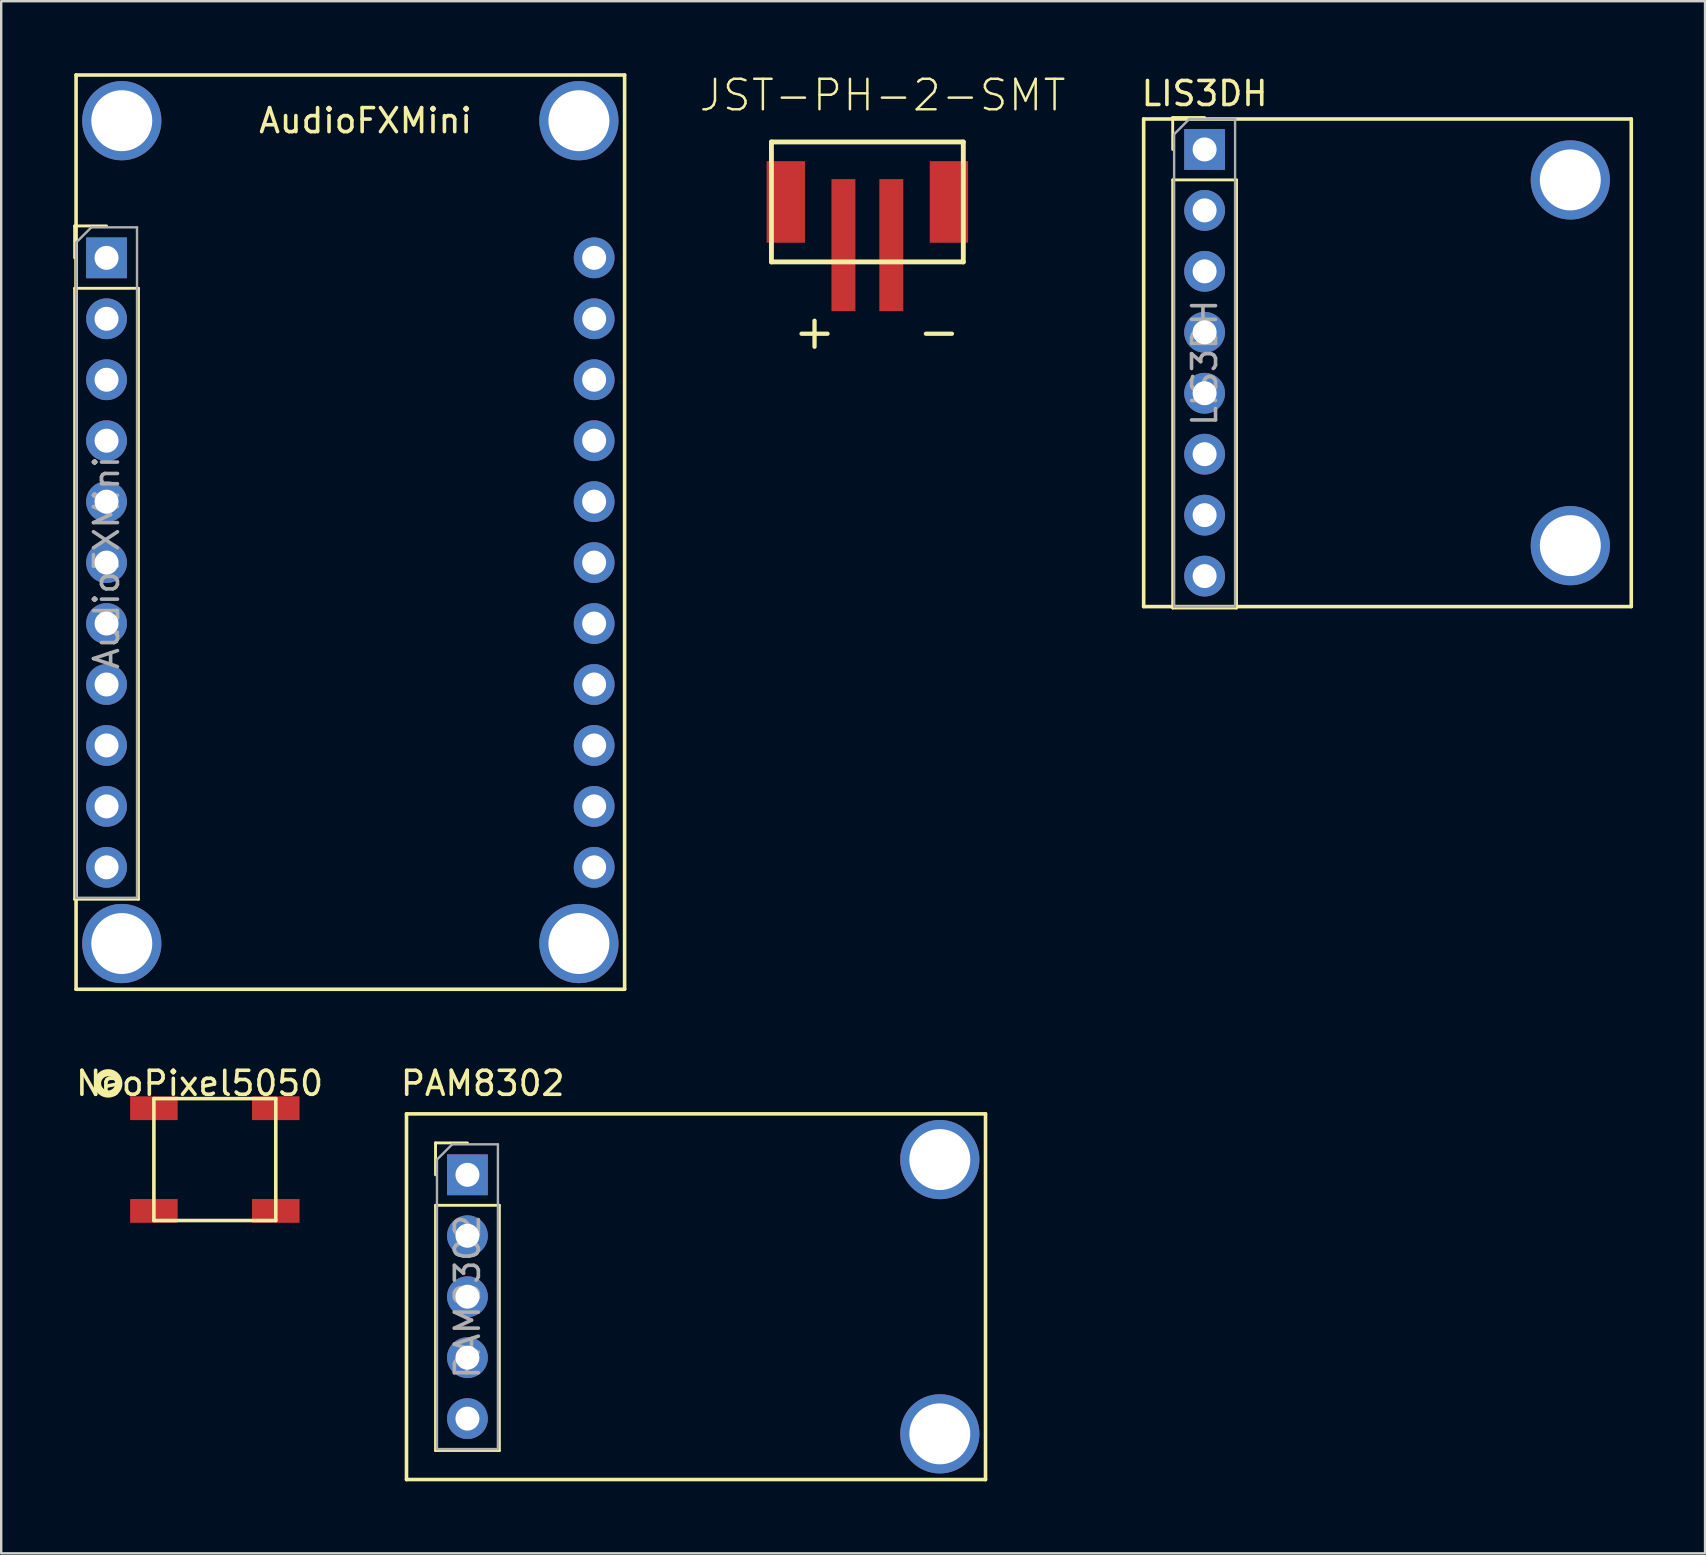
<source format=kicad_pcb>
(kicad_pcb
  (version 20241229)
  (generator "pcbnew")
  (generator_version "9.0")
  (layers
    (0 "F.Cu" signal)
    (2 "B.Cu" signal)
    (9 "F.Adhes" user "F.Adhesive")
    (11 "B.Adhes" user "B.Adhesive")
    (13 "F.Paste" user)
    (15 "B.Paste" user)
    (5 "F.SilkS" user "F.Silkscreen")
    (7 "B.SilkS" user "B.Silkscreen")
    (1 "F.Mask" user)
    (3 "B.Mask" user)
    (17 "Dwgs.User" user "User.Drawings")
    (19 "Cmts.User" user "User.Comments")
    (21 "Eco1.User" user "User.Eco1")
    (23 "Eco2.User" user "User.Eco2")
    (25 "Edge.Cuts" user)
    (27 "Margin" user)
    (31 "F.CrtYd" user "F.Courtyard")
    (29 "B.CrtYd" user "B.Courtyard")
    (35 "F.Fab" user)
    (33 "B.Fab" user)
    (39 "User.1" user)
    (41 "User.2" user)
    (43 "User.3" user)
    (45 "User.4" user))
  (footprint "LIS3DH"
    (layer "F.Cu")
    (at 47.15 3.178)
    (property "Reference" "LIS3DH" (at 0 -2.33 0) (layer "F.SilkS") (effects (font (size 1 1) (thickness 0.15))))
    (attr through_hole)
    (fp_line (start -2.54 -1.27) (end -2.54 19.05) (stroke (width 0.15) (type solid)) (layer "F.SilkS"))
    (fp_line (start -2.54 19.05) (end 17.78 19.05) (stroke (width 0.15) (type solid)) (layer "F.SilkS"))
    (fp_line (start -1.33 -1.33) (end 0 -1.33) (stroke (width 0.12) (type solid)) (layer "F.SilkS"))
    (fp_line (start -1.33 0) (end -1.33 -1.33) (stroke (width 0.12) (type solid)) (layer "F.SilkS"))
    (fp_line (start -1.33 1.27) (end -1.33 19.11) (stroke (width 0.12) (type solid)) (layer "F.SilkS"))
    (fp_line (start -1.33 1.27) (end 1.33 1.27) (stroke (width 0.12) (type solid)) (layer "F.SilkS"))
    (fp_line (start -1.33 19.11) (end 1.33 19.11) (stroke (width 0.12) (type solid)) (layer "F.SilkS"))
    (fp_line (start 1.33 1.27) (end 1.33 19.11) (stroke (width 0.12) (type solid)) (layer "F.SilkS"))
    (fp_line (start 17.78 -1.27) (end -2.54 -1.27) (stroke (width 0.15) (type solid)) (layer "F.SilkS"))
    (fp_line (start 17.78 19.05) (end 17.78 -1.27) (stroke (width 0.15) (type solid)) (layer "F.SilkS"))
    (fp_line (start -1.27 -0.635) (end -0.635 -1.27) (stroke (width 0.1) (type solid)) (layer "F.Fab"))
    (fp_line (start -1.27 19.05) (end -1.27 -0.635) (stroke (width 0.1) (type solid)) (layer "F.Fab"))
    (fp_line (start -0.635 -1.27) (end 1.27 -1.27) (stroke (width 0.1) (type solid)) (layer "F.Fab"))
    (fp_line (start 1.27 -1.27) (end 1.27 19.05) (stroke (width 0.1) (type solid)) (layer "F.Fab"))
    (fp_line (start 1.27 19.05) (end -1.27 19.05) (stroke (width 0.1) (type solid)) (layer "F.Fab"))
    (fp_text user "${REFERENCE}" (at 0 8.89 90) (layer "F.Fab") (effects (font (size 1 1) (thickness 0.15))))
    (pad "" thru_hole circle (at 15.24 1.27) (size 3.302 3.302) (drill 2.54) (layers "*.Cu" "*.Mask"))
    (pad "" thru_hole circle (at 15.24 16.51) (size 3.302 3.302) (drill 2.54) (layers "*.Cu" "*.Mask"))
    (pad "1" thru_hole rect (at 0 0) (size 1.7 1.7) (drill 1) (layers "*.Cu" "*.Mask"))
    (pad "2" thru_hole oval (at 0 2.54) (size 1.7 1.7) (drill 1) (layers "*.Cu" "*.Mask"))
    (pad "3" thru_hole oval (at 0 5.08) (size 1.7 1.7) (drill 1) (layers "*.Cu" "*.Mask"))
    (pad "4" thru_hole oval (at 0 7.62) (size 1.7 1.7) (drill 1) (layers "*.Cu" "*.Mask"))
    (pad "5" thru_hole oval (at 0 10.16) (size 1.7 1.7) (drill 1) (layers "*.Cu" "*.Mask"))
    (pad "6" thru_hole oval (at 0 12.7) (size 1.7 1.7) (drill 1) (layers "*.Cu" "*.Mask"))
    (pad "7" thru_hole oval (at 0 15.24) (size 1.7 1.7) (drill 1) (layers "*.Cu" "*.Mask"))
    (pad "8" thru_hole oval (at 0 17.78) (size 1.7 1.7) (drill 1) (layers "*.Cu" "*.Mask")))
  (footprint "JST-PH-2-SMT"
    (layer "F.Cu")
    (at 33.096 5.366)
    (property "Reference" "JST-PH-2-SMT" (at 0.635 -4.445 0) (layer "F.SilkS") (effects (font (size 1.27 1.27) (thickness 0.102))))
    (attr smd)
    (fp_line (start -3.998 -2.499) (end 3.998 -2.499) (stroke (width 0.203) (type solid)) (layer "F.SilkS"))
    (fp_line (start -3.998 2.499) (end -3.998 -2.499) (stroke (width 0.203) (type solid)) (layer "F.SilkS"))
    (fp_line (start -3.998 2.499) (end -3.998 0.498) (stroke (width 0.127) (type solid)) (layer "F.SilkS"))
    (fp_line (start -2.248 -2.499) (end 2.248 -2.499) (stroke (width 0.127) (type solid)) (layer "F.SilkS"))
    (fp_line (start -1.748 2.499) (end -3.998 2.499) (stroke (width 0.127) (type solid)) (layer "F.SilkS"))
    (fp_line (start 3.998 -2.499) (end 3.998 2.499) (stroke (width 0.203) (type solid)) (layer "F.SilkS"))
    (fp_line (start 3.998 0.498) (end 3.998 2.499) (stroke (width 0.127) (type solid)) (layer "F.SilkS"))
    (fp_line (start 3.998 2.499) (end -3.998 2.499) (stroke (width 0.203) (type solid)) (layer "F.SilkS"))
    (fp_line (start 3.998 2.499) (end 1.748 2.499) (stroke (width 0.127) (type solid)) (layer "F.SilkS"))
    (fp_text user "-" (at 2.982 5.385 0) (layer "F.SilkS") (effects (font (size 1.422 1.422) (thickness 0.178))))
    (fp_text user "+" (at -2.202 5.385 0) (layer "F.SilkS") (effects (font (size 1.422 1.422) (thickness 0.178))))
    (pad "1" smd rect (at -0.998 1.798) (size 0.998 5.499) (layers "F.Cu" "F.Mask" "F.Paste"))
    (pad "2" smd rect (at 0.998 1.798) (size 0.998 5.499) (layers "F.Cu" "F.Mask" "F.Paste"))
    (pad "NC1" smd rect (at -3.399 0 90) (size 3.399 1.598) (layers "F.Cu" "F.Mask" "F.Paste"))
    (pad "NC2" smd rect (at 3.399 0 90) (size 3.399 1.598) (layers "F.Cu" "F.Mask" "F.Paste")))
  (footprint "PAM8302"
    (layer "F.Cu")
    (at 16.43 45.908)
    (property "Reference" "PAM8302" (at 0.635 -3.81 0) (layer "F.SilkS") (effects (font (size 1 1) (thickness 0.15))))
    (attr through_hole)
    (fp_line (start -2.54 -2.54) (end -2.54 12.7) (stroke (width 0.15) (type solid)) (layer "F.SilkS"))
    (fp_line (start -2.54 -2.54) (end 21.59 -2.54) (stroke (width 0.15) (type solid)) (layer "F.SilkS"))
    (fp_line (start -1.33 -1.33) (end 0 -1.33) (stroke (width 0.12) (type solid)) (layer "F.SilkS"))
    (fp_line (start -1.33 0) (end -1.33 -1.33) (stroke (width 0.12) (type solid)) (layer "F.SilkS"))
    (fp_line (start -1.33 1.27) (end -1.33 11.49) (stroke (width 0.12) (type solid)) (layer "F.SilkS"))
    (fp_line (start -1.33 1.27) (end 1.33 1.27) (stroke (width 0.12) (type solid)) (layer "F.SilkS"))
    (fp_line (start -1.33 11.49) (end 1.33 11.49) (stroke (width 0.12) (type solid)) (layer "F.SilkS"))
    (fp_line (start 1.33 1.27) (end 1.33 11.49) (stroke (width 0.12) (type solid)) (layer "F.SilkS"))
    (fp_line (start 21.59 -2.54) (end 21.59 12.7) (stroke (width 0.15) (type solid)) (layer "F.SilkS"))
    (fp_line (start 21.59 12.7) (end -2.54 12.7) (stroke (width 0.15) (type solid)) (layer "F.SilkS"))
    (fp_line (start -1.27 -0.635) (end -0.635 -1.27) (stroke (width 0.1) (type solid)) (layer "F.Fab"))
    (fp_line (start -1.27 11.43) (end -1.27 -0.635) (stroke (width 0.1) (type solid)) (layer "F.Fab"))
    (fp_line (start -0.635 -1.27) (end 1.27 -1.27) (stroke (width 0.1) (type solid)) (layer "F.Fab"))
    (fp_line (start 1.27 -1.27) (end 1.27 11.43) (stroke (width 0.1) (type solid)) (layer "F.Fab"))
    (fp_line (start 1.27 11.43) (end -1.27 11.43) (stroke (width 0.1) (type solid)) (layer "F.Fab"))
    (fp_text user "${REFERENCE}" (at 0 5.08 90) (layer "F.Fab") (effects (font (size 1 1) (thickness 0.15))))
    (pad "" thru_hole circle (at 19.685 -0.635) (size 3.302 3.302) (drill 2.54) (layers "*.Cu" "*.Mask"))
    (pad "" thru_hole circle (at 19.685 10.795) (size 3.302 3.302) (drill 2.54) (layers "*.Cu" "*.Mask"))
    (pad "1" thru_hole rect (at 0 0) (size 1.7 1.7) (drill 1) (layers "*.Cu" "*.Mask"))
    (pad "2" thru_hole oval (at 0 2.54) (size 1.7 1.7) (drill 1) (layers "*.Cu" "*.Mask"))
    (pad "3" thru_hole oval (at 0 5.08) (size 1.7 1.7) (drill 1) (layers "*.Cu" "*.Mask"))
    (pad "4" thru_hole oval (at 0 7.62) (size 1.7 1.7) (drill 1) (layers "*.Cu" "*.Mask"))
    (pad "5" thru_hole oval (at 0 10.16) (size 1.7 1.7) (drill 1) (layers "*.Cu" "*.Mask")))
  (footprint "NeoPixel5050"
    (layer "F.Cu")
    (at 5.903 45.273)
    (property "Reference" "NeoPixel5050" (at -0.635 -3.175 0) (layer "F.SilkS") (effects (font (size 1 1) (thickness 0.15))))
    (attr through_hole)
    (fp_line (start -2.54 -2.54) (end -2.54 2.54) (stroke (width 0.15) (type solid)) (layer "F.SilkS"))
    (fp_line (start -2.54 2.54) (end 2.54 2.54) (stroke (width 0.15) (type solid)) (layer "F.SilkS"))
    (fp_line (start 2.54 -2.54) (end -2.54 -2.54) (stroke (width 0.15) (type solid)) (layer "F.SilkS"))
    (fp_line (start 2.54 2.54) (end 2.54 -2.54) (stroke (width 0.15) (type solid)) (layer "F.SilkS"))
    (fp_circle (center -4.445 -3.175) (end -4 -3.175) (stroke (width 0.3) (type solid)) (fill no) (layer "F.SilkS"))
    (pad "1" smd rect (at -2.54 -2.14) (size 1.981 0.991) (layers "F.Cu" "F.Mask" "F.Paste"))
    (pad "2" smd rect (at -2.54 2.14) (size 1.981 0.991) (layers "F.Cu" "F.Mask" "F.Paste"))
    (pad "3" smd rect (at 2.54 2.14) (size 1.981 0.991) (layers "F.Cu" "F.Mask" "F.Paste"))
    (pad "4" smd rect (at 2.54 -2.14) (size 1.981 0.991) (layers "F.Cu" "F.Mask" "F.Paste")))
  (footprint "AudioFXMini"
    (layer "F.Cu")
    (at 1.39 7.695)
    (property "Reference" "AudioFXMini" (at 10.795 -5.715 0) (layer "F.SilkS") (effects (font (size 1 1) (thickness 0.15))))
    (attr through_hole)
    (fp_line (start -1.33 -1.33) (end 0 -1.33) (stroke (width 0.12) (type solid)) (layer "F.SilkS"))
    (fp_line (start -1.33 0) (end -1.33 -1.33) (stroke (width 0.12) (type solid)) (layer "F.SilkS"))
    (fp_line (start -1.33 1.27) (end -1.33 26.73) (stroke (width 0.12) (type solid)) (layer "F.SilkS"))
    (fp_line (start -1.33 1.27) (end 1.33 1.27) (stroke (width 0.12) (type solid)) (layer "F.SilkS"))
    (fp_line (start -1.33 26.73) (end 1.33 26.73) (stroke (width 0.12) (type solid)) (layer "F.SilkS"))
    (fp_line (start -1.27 -7.62) (end -1.27 30.48) (stroke (width 0.15) (type solid)) (layer "F.SilkS"))
    (fp_line (start -1.27 -7.62) (end 21.59 -7.62) (stroke (width 0.15) (type solid)) (layer "F.SilkS"))
    (fp_line (start -1.27 30.48) (end 21.59 30.48) (stroke (width 0.15) (type solid)) (layer "F.SilkS"))
    (fp_line (start 1.33 1.27) (end 1.33 26.73) (stroke (width 0.12) (type solid)) (layer "F.SilkS"))
    (fp_line (start 21.59 -7.62) (end 21.59 30.48) (stroke (width 0.15) (type solid)) (layer "F.SilkS"))
    (fp_line (start -1.27 -0.635) (end -0.635 -1.27) (stroke (width 0.1) (type solid)) (layer "F.Fab"))
    (fp_line (start -1.27 26.67) (end -1.27 -0.635) (stroke (width 0.1) (type solid)) (layer "F.Fab"))
    (fp_line (start -0.635 -1.27) (end 1.27 -1.27) (stroke (width 0.1) (type solid)) (layer "F.Fab"))
    (fp_line (start 1.27 -1.27) (end 1.27 26.67) (stroke (width 0.1) (type solid)) (layer "F.Fab"))
    (fp_line (start 1.27 26.67) (end -1.27 26.67) (stroke (width 0.1) (type solid)) (layer "F.Fab"))
    (fp_text user "${REFERENCE}" (at 0 12.7 90) (layer "F.Fab") (effects (font (size 1 1) (thickness 0.15))))
    (pad "" thru_hole oval (at 0.635 -5.715) (size 3.302 3.302) (drill 2.54) (layers "*.Cu" "*.Mask"))
    (pad "" thru_hole oval (at 0.635 28.575) (size 3.302 3.302) (drill 2.54) (layers "*.Cu" "*.Mask"))
    (pad "" thru_hole oval (at 19.685 -5.715) (size 3.302 3.302) (drill 2.54) (layers "*.Cu" "*.Mask"))
    (pad "" thru_hole oval (at 19.685 28.575) (size 3.302 3.302) (drill 2.54) (layers "*.Cu" "*.Mask"))
    (pad "1" thru_hole rect (at 0 0) (size 1.7 1.7) (drill 1) (layers "*.Cu" "*.Mask"))
    (pad "2" thru_hole oval (at 0 2.54) (size 1.7 1.7) (drill 1) (layers "*.Cu" "*.Mask"))
    (pad "3" thru_hole oval (at 0 5.08) (size 1.7 1.7) (drill 1) (layers "*.Cu" "*.Mask"))
    (pad "4" thru_hole oval (at 0 7.62) (size 1.7 1.7) (drill 1) (layers "*.Cu" "*.Mask"))
    (pad "5" thru_hole oval (at 0 10.16) (size 1.7 1.7) (drill 1) (layers "*.Cu" "*.Mask"))
    (pad "6" thru_hole oval (at 0 12.7) (size 1.7 1.7) (drill 1) (layers "*.Cu" "*.Mask"))
    (pad "7" thru_hole oval (at 0 15.24) (size 1.7 1.7) (drill 1) (layers "*.Cu" "*.Mask"))
    (pad "8" thru_hole oval (at 0 17.78) (size 1.7 1.7) (drill 1) (layers "*.Cu" "*.Mask"))
    (pad "9" thru_hole oval (at 0 20.32) (size 1.7 1.7) (drill 1) (layers "*.Cu" "*.Mask"))
    (pad "10" thru_hole oval (at 0 22.86) (size 1.7 1.7) (drill 1) (layers "*.Cu" "*.Mask"))
    (pad "11" thru_hole oval (at 0 25.4) (size 1.7 1.7) (drill 1) (layers "*.Cu" "*.Mask"))
    (pad "12" thru_hole oval (at 20.32 25.4) (size 1.7 1.7) (drill 1) (layers "*.Cu" "*.Mask"))
    (pad "13" thru_hole oval (at 20.32 22.86) (size 1.7 1.7) (drill 1) (layers "*.Cu" "*.Mask"))
    (pad "14" thru_hole oval (at 20.32 20.32) (size 1.7 1.7) (drill 1) (layers "*.Cu" "*.Mask"))
    (pad "15" thru_hole oval (at 20.32 17.78) (size 1.7 1.7) (drill 1) (layers "*.Cu" "*.Mask"))
    (pad "16" thru_hole oval (at 20.32 15.24) (size 1.7 1.7) (drill 1) (layers "*.Cu" "*.Mask"))
    (pad "17" thru_hole oval (at 20.32 12.7) (size 1.7 1.7) (drill 1) (layers "*.Cu" "*.Mask"))
    (pad "18" thru_hole oval (at 20.32 10.16) (size 1.7 1.7) (drill 1) (layers "*.Cu" "*.Mask"))
    (pad "19" thru_hole oval (at 20.32 7.62) (size 1.7 1.7) (drill 1) (layers "*.Cu" "*.Mask"))
    (pad "20" thru_hole oval (at 20.32 5.08) (size 1.7 1.7) (drill 1) (layers "*.Cu" "*.Mask"))
    (pad "21" thru_hole oval (at 20.32 2.54) (size 1.7 1.7) (drill 1) (layers "*.Cu" "*.Mask"))
    (pad "22" thru_hole oval (at 20.32 0) (size 1.7 1.7) (drill 1) (layers "*.Cu" "*.Mask")))
  (gr_rect
    (start -3 -3)
    (end 68.005 61.683)
    (stroke (width 0.1) (type default))
    (fill no)
    (layer "Edge.Cuts")))
</source>
